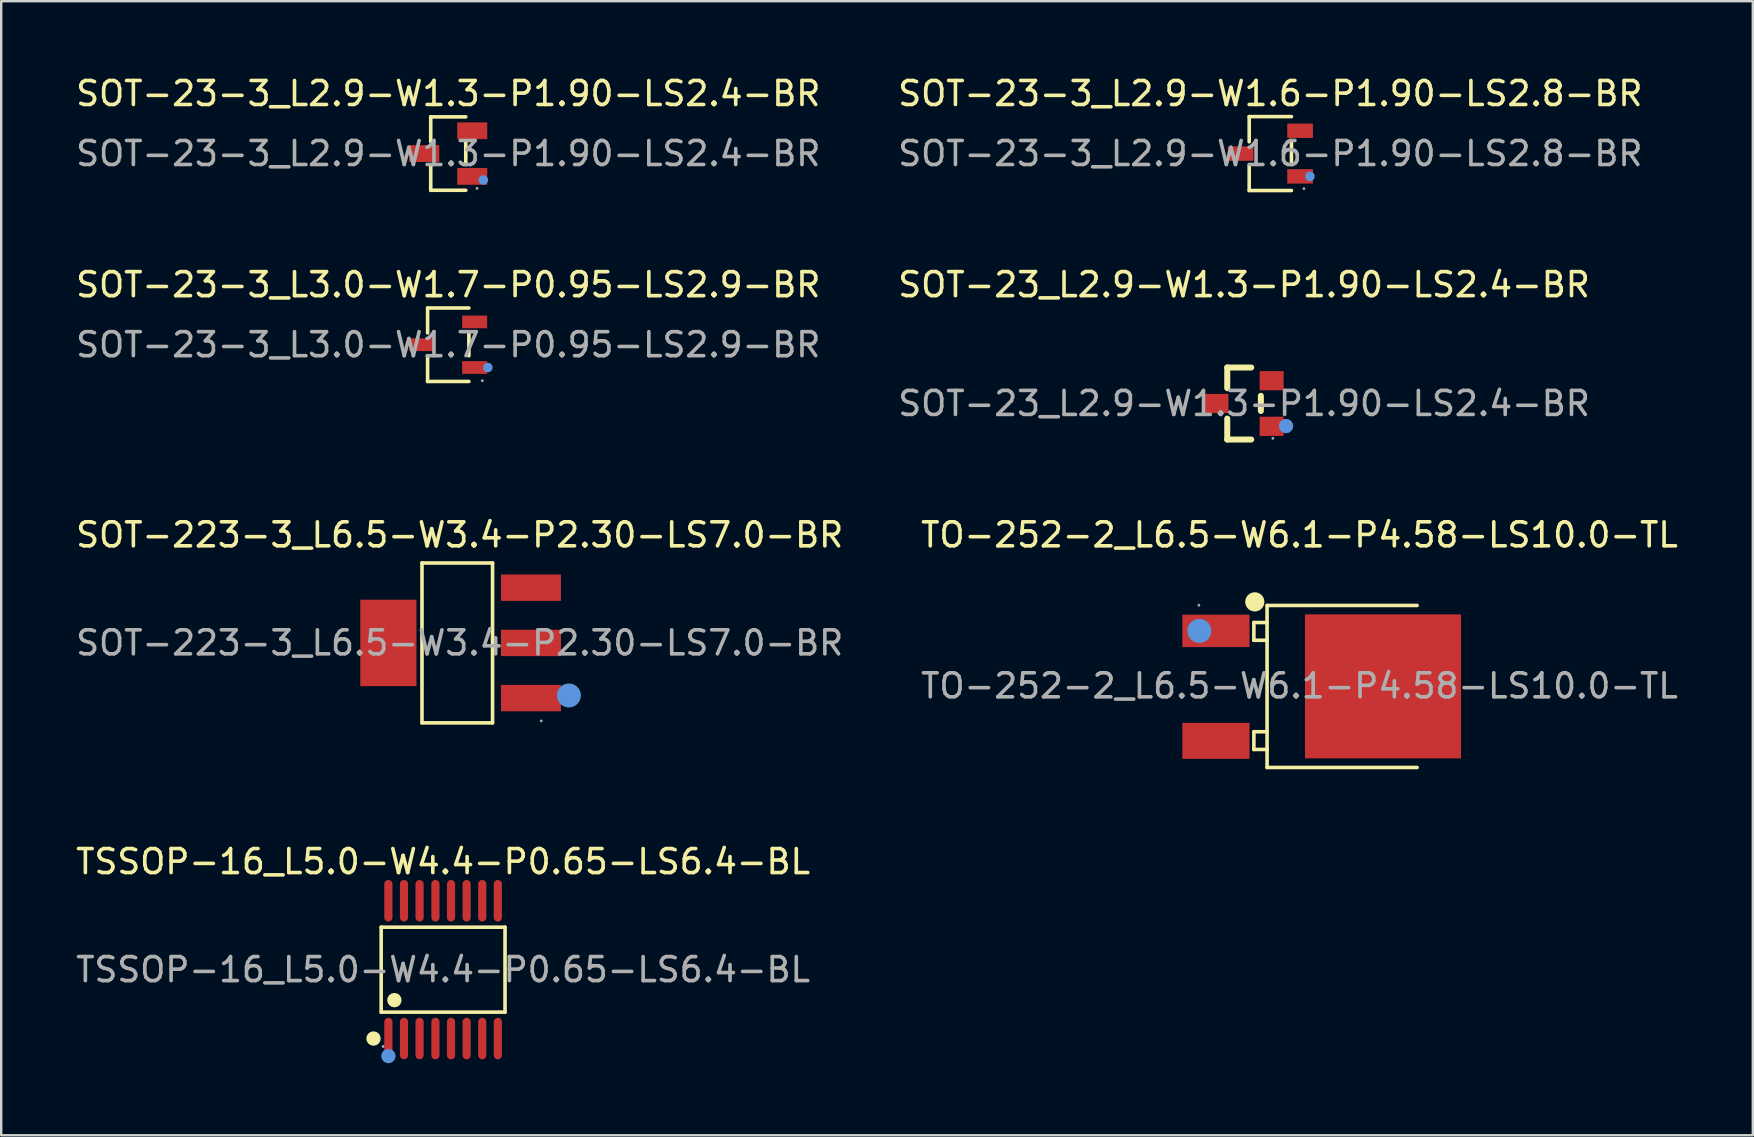
<source format=kicad_pcb>
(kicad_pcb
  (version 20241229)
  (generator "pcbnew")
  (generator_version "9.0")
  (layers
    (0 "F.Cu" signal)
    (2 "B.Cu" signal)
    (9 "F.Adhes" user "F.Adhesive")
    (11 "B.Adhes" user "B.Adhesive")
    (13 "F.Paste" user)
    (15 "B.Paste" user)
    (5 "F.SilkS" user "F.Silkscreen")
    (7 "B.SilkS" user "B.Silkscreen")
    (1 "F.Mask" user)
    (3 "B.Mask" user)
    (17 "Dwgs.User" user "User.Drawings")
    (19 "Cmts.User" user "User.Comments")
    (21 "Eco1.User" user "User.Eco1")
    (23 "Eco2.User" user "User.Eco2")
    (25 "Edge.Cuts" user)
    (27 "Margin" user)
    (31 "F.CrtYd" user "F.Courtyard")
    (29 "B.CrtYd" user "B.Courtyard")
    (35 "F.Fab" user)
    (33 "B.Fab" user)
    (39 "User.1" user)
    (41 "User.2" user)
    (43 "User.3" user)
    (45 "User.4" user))
  (footprint "SOT-23_L2.9-W1.3-P1.90-LS2.4-BR"
    (layer "F.Cu")
    (at 48.78 13.761)
    (property "Reference" "SOT-23_L2.9-W1.3-P1.90-LS2.4-BR" (at 0 -4.95 0) (layer "F.SilkS") (effects (font (size 1 1) (thickness 0.15))))
    (attr smd)
    (fp_line (start -0.7 -1.5) (end 0.3 -1.5) (stroke (width 0.25) (type solid)) (layer "F.SilkS"))
    (fp_line (start -0.7 -0.64) (end -0.7 -1.5) (stroke (width 0.25) (type solid)) (layer "F.SilkS"))
    (fp_line (start -0.7 1.5) (end -0.7 0.63) (stroke (width 0.25) (type solid)) (layer "F.SilkS"))
    (fp_line (start -0.7 1.5) (end 0.3 1.5) (stroke (width 0.25) (type solid)) (layer "F.SilkS"))
    (fp_line (start 0.7 0.31) (end 0.7 -0.32) (stroke (width 0.25) (type solid)) (layer "F.SilkS"))
    (fp_circle (center 1.75 0.94) (end 1.9 0.94) (stroke (width 0.3) (type solid)) (fill no) (layer "Cmts.User"))
    (fp_circle (center 1.2 1.45) (end 1.23 1.45) (stroke (width 0.06) (type solid)) (fill no) (layer "F.Fab"))
    (fp_text user "${REFERENCE}" (at 0 0 0) (layer "F.Fab") (effects (font (size 1 1) (thickness 0.15))))
    (pad "1" smd rect (at 1.15 0.95 180) (size 1 0.8) (layers "F.Cu" "F.Mask" "F.Paste"))
    (pad "2" smd rect (at 1.15 -0.95 180) (size 1 0.8) (layers "F.Cu" "F.Mask" "F.Paste"))
    (pad "3" smd rect (at -1.15 0 180) (size 1 0.8) (layers "F.Cu" "F.Mask" "F.Paste")))
  (footprint "SOT-23-3_L2.9-W1.3-P1.90-LS2.4-BR"
    (layer "F.Cu")
    (at 15.625 3.348)
    (property "Reference" "SOT-23-3_L2.9-W1.3-P1.90-LS2.4-BR" (at 0 -2.5 0) (layer "F.SilkS") (effects (font (size 1 1) (thickness 0.15))))
    (attr smd)
    (fp_line (start -0.73 -1.53) (end -0.73 -0.49) (stroke (width 0.15) (type solid)) (layer "F.SilkS"))
    (fp_line (start -0.73 1.53) (end -0.73 0.49) (stroke (width 0.15) (type solid)) (layer "F.SilkS"))
    (fp_line (start 0.73 -1.53) (end -0.73 -1.53) (stroke (width 0.15) (type solid)) (layer "F.SilkS"))
    (fp_line (start 0.73 -0.46) (end 0.73 0.46) (stroke (width 0.15) (type solid)) (layer "F.SilkS"))
    (fp_line (start 0.73 1.53) (end -0.73 1.53) (stroke (width 0.15) (type solid)) (layer "F.SilkS"))
    (fp_circle (center 1.46 1.1) (end 1.56 1.1) (stroke (width 0.2) (type solid)) (fill no) (layer "Cmts.User"))
    (fp_circle (center 1.2 1.45) (end 1.23 1.45) (stroke (width 0.06) (type solid)) (fill no) (layer "F.Fab"))
    (fp_text user "${REFERENCE}" (at 0 0 0) (layer "F.Fab") (effects (font (size 1 1) (thickness 0.15))))
    (pad "1" smd rect (at 1 0.95) (size 1.25 0.7) (layers "F.Cu" "F.Mask" "F.Paste"))
    (pad "2" smd rect (at 1 -0.95) (size 1.25 0.7) (layers "F.Cu" "F.Mask" "F.Paste"))
    (pad "3" smd rect (at -1 0) (size 1.25 0.7) (layers "F.Cu" "F.Mask" "F.Paste")))
  (footprint "TSSOP-16_L5.0-W4.4-P0.65-LS6.4-BL"
    (layer "F.Cu")
    (at 15.411 37.348)
    (property "Reference" "TSSOP-16_L5.0-W4.4-P0.65-LS6.4-BL" (at 0 -4.5 0) (layer "F.SilkS") (effects (font (size 1 1) (thickness 0.15))))
    (attr smd)
    (fp_line (start -2.58 -1.77) (end 2.58 -1.77) (stroke (width 0.15) (type solid)) (layer "F.SilkS"))
    (fp_line (start -2.58 1.77) (end -2.58 -1.77) (stroke (width 0.15) (type solid)) (layer "F.SilkS"))
    (fp_line (start 2.58 -1.77) (end 2.58 1.77) (stroke (width 0.15) (type solid)) (layer "F.SilkS"))
    (fp_line (start 2.58 1.77) (end -2.58 1.77) (stroke (width 0.15) (type solid)) (layer "F.SilkS"))
    (fp_circle (center -2.9 2.87) (end -2.75 2.87) (stroke (width 0.3) (type solid)) (fill no) (layer "F.SilkS"))
    (fp_circle (center -2.03 1.27) (end -1.88 1.27) (stroke (width 0.3) (type solid)) (fill no) (layer "F.SilkS"))
    (fp_circle (center -2.28 3.6) (end -2.13 3.6) (stroke (width 0.3) (type solid)) (fill no) (layer "Cmts.User"))
    (fp_circle (center -2.5 3.2) (end -2.47 3.2) (stroke (width 0.06) (type solid)) (fill no) (layer "F.Fab"))
    (fp_text user "${REFERENCE}" (at 0 0 0) (layer "F.Fab") (effects (font (size 1 1) (thickness 0.15))))
    (pad "1" smd oval (at -2.28 2.87) (size 0.34 1.73) (layers "F.Cu" "F.Mask" "F.Paste"))
    (pad "2" smd oval (at -1.63 2.87) (size 0.34 1.73) (layers "F.Cu" "F.Mask" "F.Paste"))
    (pad "3" smd oval (at -0.98 2.87) (size 0.34 1.73) (layers "F.Cu" "F.Mask" "F.Paste"))
    (pad "4" smd oval (at -0.32 2.87) (size 0.34 1.73) (layers "F.Cu" "F.Mask" "F.Paste"))
    (pad "5" smd oval (at 0.33 2.87) (size 0.34 1.73) (layers "F.Cu" "F.Mask" "F.Paste"))
    (pad "6" smd oval (at 0.98 2.87) (size 0.34 1.73) (layers "F.Cu" "F.Mask" "F.Paste"))
    (pad "7" smd oval (at 1.63 2.87) (size 0.34 1.73) (layers "F.Cu" "F.Mask" "F.Paste"))
    (pad "8" smd oval (at 2.28 2.87) (size 0.34 1.73) (layers "F.Cu" "F.Mask" "F.Paste"))
    (pad "9" smd oval (at 2.28 -2.87) (size 0.34 1.73) (layers "F.Cu" "F.Mask" "F.Paste"))
    (pad "10" smd oval (at 1.63 -2.87) (size 0.34 1.73) (layers "F.Cu" "F.Mask" "F.Paste"))
    (pad "11" smd oval (at 0.98 -2.87) (size 0.34 1.73) (layers "F.Cu" "F.Mask" "F.Paste"))
    (pad "12" smd oval (at 0.33 -2.87) (size 0.34 1.73) (layers "F.Cu" "F.Mask" "F.Paste"))
    (pad "13" smd oval (at -0.32 -2.87) (size 0.34 1.73) (layers "F.Cu" "F.Mask" "F.Paste"))
    (pad "14" smd oval (at -0.98 -2.87) (size 0.34 1.73) (layers "F.Cu" "F.Mask" "F.Paste"))
    (pad "15" smd oval (at -1.63 -2.87) (size 0.34 1.73) (layers "F.Cu" "F.Mask" "F.Paste"))
    (pad "16" smd oval (at -2.28 -2.87) (size 0.34 1.73) (layers "F.Cu" "F.Mask" "F.Paste")))
  (footprint "SOT-23-3_L2.9-W1.6-P1.90-LS2.8-BR"
    (layer "F.Cu")
    (at 49.875 3.348)
    (property "Reference" "SOT-23-3_L2.9-W1.6-P1.90-LS2.8-BR" (at 0 -2.5 0) (layer "F.SilkS") (effects (font (size 1 1) (thickness 0.15))))
    (attr smd)
    (fp_line (start -0.88 -1.54) (end -0.88 -0.49) (stroke (width 0.15) (type solid)) (layer "F.SilkS"))
    (fp_line (start -0.88 1.54) (end -0.88 0.49) (stroke (width 0.15) (type solid)) (layer "F.SilkS"))
    (fp_line (start 0.88 -1.54) (end -0.88 -1.54) (stroke (width 0.15) (type solid)) (layer "F.SilkS"))
    (fp_line (start 0.88 -0.46) (end 0.88 0.46) (stroke (width 0.15) (type solid)) (layer "F.SilkS"))
    (fp_line (start 0.88 1.54) (end -0.88 1.54) (stroke (width 0.15) (type solid)) (layer "F.SilkS"))
    (fp_circle (center 1.65 0.95) (end 1.75 0.95) (stroke (width 0.2) (type solid)) (fill no) (layer "Cmts.User"))
    (fp_circle (center 1.4 1.46) (end 1.43 1.46) (stroke (width 0.06) (type solid)) (fill no) (layer "F.Fab"))
    (fp_text user "${REFERENCE}" (at 0 0 0) (layer "F.Fab") (effects (font (size 1 1) (thickness 0.15))))
    (pad "1" smd rect (at 1.24 0.95) (size 1.07 0.6) (layers "F.Cu" "F.Mask" "F.Paste"))
    (pad "2" smd rect (at 1.24 -0.95) (size 1.07 0.6) (layers "F.Cu" "F.Mask" "F.Paste"))
    (pad "3" smd rect (at -1.24 0) (size 1.07 0.6) (layers "F.Cu" "F.Mask" "F.Paste")))
  (footprint "SOT-23-3_L3.0-W1.7-P0.95-LS2.9-BR"
    (layer "F.Cu")
    (at 15.625 11.312)
    (property "Reference" "SOT-23-3_L3.0-W1.7-P0.95-LS2.9-BR" (at 0 -2.5 0) (layer "F.SilkS") (effects (font (size 1 1) (thickness 0.15))))
    (attr smd)
    (fp_line (start -0.86 -1.53) (end -0.86 -0.49) (stroke (width 0.15) (type solid)) (layer "F.SilkS"))
    (fp_line (start -0.86 1.53) (end -0.86 0.49) (stroke (width 0.15) (type solid)) (layer "F.SilkS"))
    (fp_line (start 0.86 -1.53) (end -0.86 -1.53) (stroke (width 0.15) (type solid)) (layer "F.SilkS"))
    (fp_line (start 0.86 -0.46) (end 0.86 0.46) (stroke (width 0.15) (type solid)) (layer "F.SilkS"))
    (fp_line (start 0.86 1.53) (end -0.86 1.53) (stroke (width 0.15) (type solid)) (layer "F.SilkS"))
    (fp_circle (center 1.65 0.95) (end 1.75 0.95) (stroke (width 0.2) (type solid)) (fill no) (layer "Cmts.User"))
    (fp_circle (center 1.42 1.5) (end 1.45 1.5) (stroke (width 0.06) (type solid)) (fill no) (layer "F.Fab"))
    (fp_text user "${REFERENCE}" (at 0 0 0) (layer "F.Fab") (effects (font (size 1 1) (thickness 0.15))))
    (pad "1" smd rect (at 1.1 0.95) (size 1.04 0.53) (layers "F.Cu" "F.Mask" "F.Paste"))
    (pad "2" smd rect (at 1.1 -0.95) (size 1.04 0.53) (layers "F.Cu" "F.Mask" "F.Paste"))
    (pad "3" smd rect (at -1.1 0) (size 1.04 0.53) (layers "F.Cu" "F.Mask" "F.Paste")))
  (footprint "SOT-223-3_L6.5-W3.4-P2.30-LS7.0-BR"
    (layer "F.Cu")
    (at 16.101 23.735)
    (property "Reference" "SOT-223-3_L6.5-W3.4-P2.30-LS7.0-BR" (at 0 -4.5 0) (layer "F.SilkS") (effects (font (size 1 1) (thickness 0.15))))
    (attr smd)
    (fp_line (start -1.57 -3.33) (end 1.37 -3.33) (stroke (width 0.15) (type solid)) (layer "F.SilkS"))
    (fp_line (start -1.57 3.33) (end -1.57 -3.33) (stroke (width 0.15) (type solid)) (layer "F.SilkS"))
    (fp_line (start 1.37 -3.33) (end 1.37 3.33) (stroke (width 0.15) (type solid)) (layer "F.SilkS"))
    (fp_line (start 1.37 3.33) (end -1.57 3.33) (stroke (width 0.15) (type solid)) (layer "F.SilkS"))
    (fp_circle (center 4.55 2.19) (end 4.8 2.19) (stroke (width 0.5) (type solid)) (fill no) (layer "Cmts.User"))
    (fp_circle (center 3.4 3.25) (end 3.43 3.25) (stroke (width 0.06) (type solid)) (fill no) (layer "F.Fab"))
    (fp_text user "${REFERENCE}" (at 0 0 0) (layer "F.Fab") (effects (font (size 1 1) (thickness 0.15))))
    (pad "1" smd rect (at 2.97 2.3) (size 2.5 1.1) (layers "F.Cu" "F.Mask" "F.Paste"))
    (pad "2" smd rect (at 2.97 0) (size 2.5 1.1) (layers "F.Cu" "F.Mask" "F.Paste"))
    (pad "3" smd rect (at 2.97 -2.3) (size 2.5 1.1) (layers "F.Cu" "F.Mask" "F.Paste"))
    (pad "4" smd rect (at -2.97 0) (size 2.34 3.6) (layers "F.Cu" "F.Mask" "F.Paste")))
  (footprint "TO-252-2_L6.5-W6.1-P4.58-LS10.0-TL"
    (layer "F.Cu")
    (at 51.089 25.525)
    (property "Reference" "TO-252-2_L6.5-W6.1-P4.58-LS10.0-TL" (at 0 -6.29 0) (layer "F.SilkS") (effects (font (size 1 1) (thickness 0.15))))
    (attr smd)
    (fp_line (start -1.9 -2.64) (end -1.9 -1.9) (stroke (width 0.15) (type solid)) (layer "F.SilkS"))
    (fp_line (start -1.9 -1.9) (end -1.35 -1.9) (stroke (width 0.15) (type solid)) (layer "F.SilkS"))
    (fp_line (start -1.9 1.91) (end -1.9 2.65) (stroke (width 0.15) (type solid)) (layer "F.SilkS"))
    (fp_line (start -1.9 2.65) (end -1.35 2.65) (stroke (width 0.15) (type solid)) (layer "F.SilkS"))
    (fp_line (start -1.35 -3.35) (end -1.35 3.4) (stroke (width 0.15) (type solid)) (layer "F.SilkS"))
    (fp_line (start -1.35 -2.64) (end -1.9 -2.64) (stroke (width 0.15) (type solid)) (layer "F.SilkS"))
    (fp_line (start -1.35 -1.9) (end -1.35 -1.91) (stroke (width 0.15) (type solid)) (layer "F.SilkS"))
    (fp_line (start -1.35 1.91) (end -1.9 1.91) (stroke (width 0.15) (type solid)) (layer "F.SilkS"))
    (fp_line (start -1.35 2.65) (end -1.35 2.64) (stroke (width 0.15) (type solid)) (layer "F.SilkS"))
    (fp_line (start 4.9 -3.35) (end -1.35 -3.35) (stroke (width 0.15) (type solid)) (layer "F.SilkS"))
    (fp_line (start 4.9 3.4) (end -1.35 3.4) (stroke (width 0.15) (type solid)) (layer "F.SilkS"))
    (fp_arc (start -1.86 -3.3) (mid -1.865009 -3.699937) (end -1.849986 -3.300251) (stroke (width 0.4) (type solid)) (layer "F.SilkS"))
    (fp_circle (center -4.17 -2.29) (end -3.92 -2.29) (stroke (width 0.5) (type solid)) (fill no) (layer "Cmts.User"))
    (fp_circle (center -4.19 -3.36) (end -4.16 -3.36) (stroke (width 0.06) (type solid)) (fill no) (layer "F.Fab"))
    (fp_text user "${REFERENCE}" (at 0 0 0) (layer "F.Fab") (effects (font (size 1 1) (thickness 0.15))))
    (pad "1" smd rect (at -3.48 -2.29) (size 2.8 1.35) (layers "F.Cu" "F.Mask" "F.Paste"))
    (pad "3" smd rect (at -3.48 2.29) (size 2.8 1.5) (layers "F.Cu" "F.Mask" "F.Paste"))
    (pad "4" smd rect (at 3.48 0.02) (size 6.5 6) (layers "F.Cu" "F.Mask" "F.Paste")))
  (gr_rect
    (start -3 -3)
    (end 69.976 44.248)
    (stroke (width 0.1) (type default))
    (fill no)
    (layer "Edge.Cuts")))
</source>
